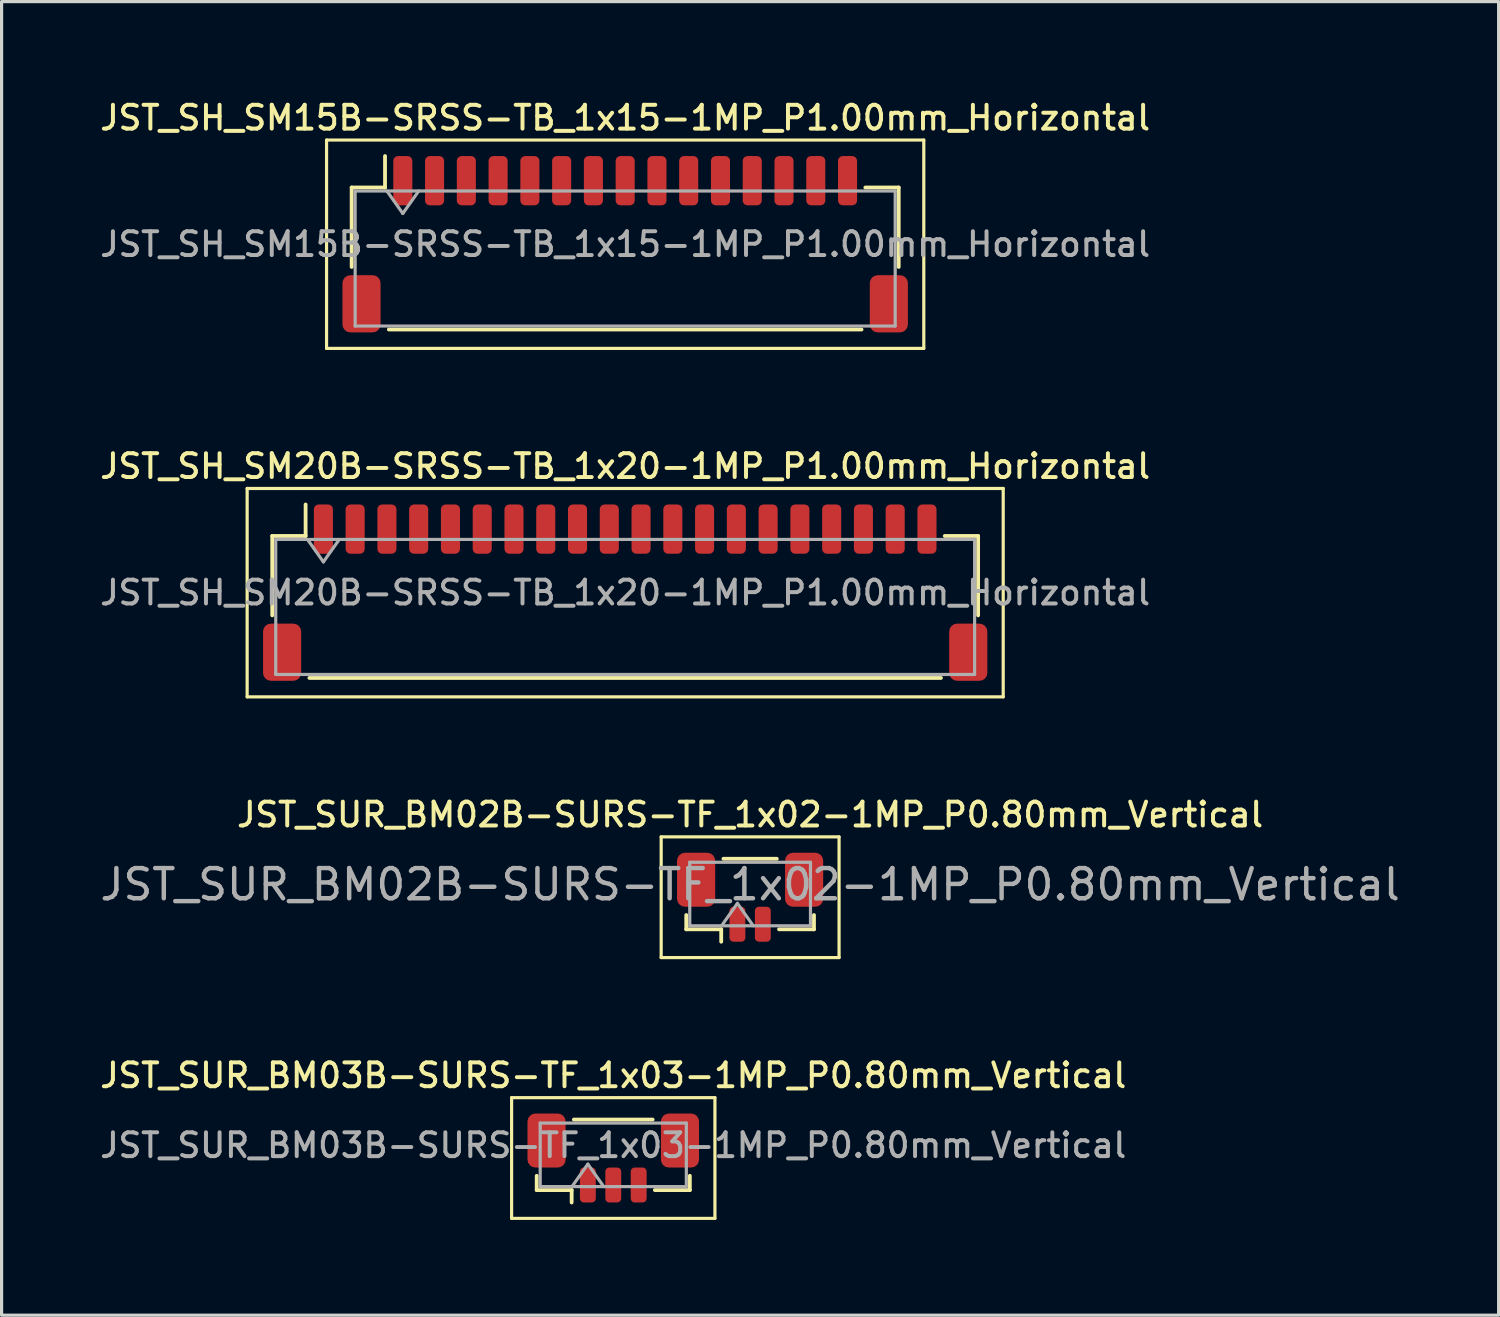
<source format=kicad_pcb>
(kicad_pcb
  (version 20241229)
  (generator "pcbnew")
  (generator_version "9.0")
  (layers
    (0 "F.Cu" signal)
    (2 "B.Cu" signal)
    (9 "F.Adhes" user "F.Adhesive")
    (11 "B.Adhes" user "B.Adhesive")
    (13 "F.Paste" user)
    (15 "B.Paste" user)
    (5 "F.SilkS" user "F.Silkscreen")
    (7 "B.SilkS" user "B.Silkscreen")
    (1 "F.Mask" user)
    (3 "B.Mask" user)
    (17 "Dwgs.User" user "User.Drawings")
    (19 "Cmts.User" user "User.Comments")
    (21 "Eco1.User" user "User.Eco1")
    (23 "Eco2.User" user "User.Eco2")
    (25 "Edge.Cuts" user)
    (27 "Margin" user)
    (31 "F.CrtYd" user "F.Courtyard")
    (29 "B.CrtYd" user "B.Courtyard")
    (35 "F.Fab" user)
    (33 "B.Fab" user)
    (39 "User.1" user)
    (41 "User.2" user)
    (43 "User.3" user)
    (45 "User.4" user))
  (footprint "JST_SUR_BM03B-SURS-TF_1x03-1MP_P0.80mm_Vertical"
    (layer "F.Cu")
    (at 16.255 33.403)
    (property "Reference" "JST_SUR_BM03B-SURS-TF_1x03-1MP_P0.80mm_Vertical" (at 0 -2.6 0) (layer "F.SilkS") (effects (font (size 0.75 0.75) (thickness 0.125))))
    (attr smd)
    (fp_line (start -3.2 -1.9) (end -3.2 1.9) (stroke (width 0.1) (type solid)) (layer "F.SilkS"))
    (fp_line (start -3.2 1.9) (end 3.2 1.9) (stroke (width 0.1) (type solid)) (layer "F.SilkS"))
    (fp_line (start -2.41 0.56) (end -2.41 1.01) (stroke (width 0.12) (type solid)) (layer "F.SilkS"))
    (fp_line (start -2.41 1.01) (end -1.31 1.01) (stroke (width 0.12) (type solid)) (layer "F.SilkS"))
    (fp_line (start -1.31 1.01) (end -1.31 1.4) (stroke (width 0.12) (type solid)) (layer "F.SilkS"))
    (fp_line (start -1.24 -1.21) (end 1.24 -1.21) (stroke (width 0.12) (type solid)) (layer "F.SilkS"))
    (fp_line (start 2.41 0.56) (end 2.41 1.01) (stroke (width 0.12) (type solid)) (layer "F.SilkS"))
    (fp_line (start 2.41 1.01) (end 1.31 1.01) (stroke (width 0.12) (type solid)) (layer "F.SilkS"))
    (fp_line (start 3.2 -1.9) (end -3.2 -1.9) (stroke (width 0.1) (type solid)) (layer "F.SilkS"))
    (fp_line (start 3.2 1.9) (end 3.2 -1.9) (stroke (width 0.1) (type solid)) (layer "F.SilkS"))
    (fp_line (start -2.3 -1.1) (end 2.3 -1.1) (stroke (width 0.1) (type solid)) (layer "F.Fab"))
    (fp_line (start -2.3 0.9) (end -2.3 -1.1) (stroke (width 0.1) (type solid)) (layer "F.Fab"))
    (fp_line (start -2.3 0.9) (end 2.3 0.9) (stroke (width 0.1) (type solid)) (layer "F.Fab"))
    (fp_line (start -1.3 0.9) (end -0.8 0.193) (stroke (width 0.1) (type solid)) (layer "F.Fab"))
    (fp_line (start -0.8 0.193) (end -0.3 0.9) (stroke (width 0.1) (type solid)) (layer "F.Fab"))
    (fp_line (start 2.3 0.9) (end 2.3 -1.1) (stroke (width 0.1) (type solid)) (layer "F.Fab"))
    (fp_text user "${REFERENCE}" (at 0 -0.4 0) (layer "F.Fab") (effects (font (size 0.75 0.75) (thickness 0.125))))
    (pad "1" smd roundrect (at -0.8 0.85) (size 0.5 1.1) (layers "F.Cu" "F.Mask" "F.Paste") (roundrect_rratio 0.25))
    (pad "2" smd roundrect (at 0 0.85) (size 0.5 1.1) (layers "F.Cu" "F.Mask" "F.Paste") (roundrect_rratio 0.25))
    (pad "3" smd roundrect (at 0.8 0.85) (size 0.5 1.1) (layers "F.Cu" "F.Mask" "F.Paste") (roundrect_rratio 0.25))
    (pad "MP" smd roundrect (at -2.1 -0.55) (size 1.2 1.7) (layers "F.Cu" "F.Mask" "F.Paste") (roundrect_rratio 0.208))
    (pad "MP" smd roundrect (at 2.1 -0.55) (size 1.2 1.7) (layers "F.Cu" "F.Mask" "F.Paste") (roundrect_rratio 0.208)))
  (footprint "JST_SH_SM15B-SRSS-TB_1x15-1MP_P1.00mm_Horizontal"
    (layer "F.Cu")
    (at 16.63 4.638)
    (property "Reference" "JST_SH_SM15B-SRSS-TB_1x15-1MP_P1.00mm_Horizontal" (at 0 -3.98 0) (layer "F.SilkS") (effects (font (size 0.75 0.75) (thickness 0.125))))
    (attr smd)
    (fp_line (start -9.4 -3.28) (end -9.4 3.28) (stroke (width 0.1) (type solid)) (layer "F.SilkS"))
    (fp_line (start -9.4 3.28) (end 9.4 3.28) (stroke (width 0.1) (type solid)) (layer "F.SilkS"))
    (fp_line (start -8.61 -1.785) (end -7.56 -1.785) (stroke (width 0.12) (type solid)) (layer "F.SilkS"))
    (fp_line (start -8.61 0.715) (end -8.61 -1.785) (stroke (width 0.12) (type solid)) (layer "F.SilkS"))
    (fp_line (start -7.56 -1.785) (end -7.56 -2.775) (stroke (width 0.12) (type solid)) (layer "F.SilkS"))
    (fp_line (start -7.44 2.685) (end 7.44 2.685) (stroke (width 0.12) (type solid)) (layer "F.SilkS"))
    (fp_line (start 8.61 -1.785) (end 7.56 -1.785) (stroke (width 0.12) (type solid)) (layer "F.SilkS"))
    (fp_line (start 8.61 0.715) (end 8.61 -1.785) (stroke (width 0.12) (type solid)) (layer "F.SilkS"))
    (fp_line (start 9.4 -3.28) (end -9.4 -3.28) (stroke (width 0.1) (type solid)) (layer "F.SilkS"))
    (fp_line (start 9.4 3.28) (end 9.4 -3.28) (stroke (width 0.1) (type solid)) (layer "F.SilkS"))
    (fp_line (start -8.5 -1.675) (end -8.5 2.575) (stroke (width 0.1) (type solid)) (layer "F.Fab"))
    (fp_line (start -8.5 -1.675) (end 8.5 -1.675) (stroke (width 0.1) (type solid)) (layer "F.Fab"))
    (fp_line (start -8.5 2.575) (end 8.5 2.575) (stroke (width 0.1) (type solid)) (layer "F.Fab"))
    (fp_line (start -7.5 -1.675) (end -7 -0.968) (stroke (width 0.1) (type solid)) (layer "F.Fab"))
    (fp_line (start -7 -0.968) (end -6.5 -1.675) (stroke (width 0.1) (type solid)) (layer "F.Fab"))
    (fp_line (start 8.5 -1.675) (end 8.5 2.575) (stroke (width 0.1) (type solid)) (layer "F.Fab"))
    (fp_text user "${REFERENCE}" (at 0 0 0) (layer "F.Fab") (effects (font (size 0.75 0.75) (thickness 0.125))))
    (pad "1" smd roundrect (at -7 -2) (size 0.6 1.55) (layers "F.Cu" "F.Mask" "F.Paste") (roundrect_rratio 0.25))
    (pad "2" smd roundrect (at -6 -2) (size 0.6 1.55) (layers "F.Cu" "F.Mask" "F.Paste") (roundrect_rratio 0.25))
    (pad "3" smd roundrect (at -5 -2) (size 0.6 1.55) (layers "F.Cu" "F.Mask" "F.Paste") (roundrect_rratio 0.25))
    (pad "4" smd roundrect (at -4 -2) (size 0.6 1.55) (layers "F.Cu" "F.Mask" "F.Paste") (roundrect_rratio 0.25))
    (pad "5" smd roundrect (at -3 -2) (size 0.6 1.55) (layers "F.Cu" "F.Mask" "F.Paste") (roundrect_rratio 0.25))
    (pad "6" smd roundrect (at -2 -2) (size 0.6 1.55) (layers "F.Cu" "F.Mask" "F.Paste") (roundrect_rratio 0.25))
    (pad "7" smd roundrect (at -1 -2) (size 0.6 1.55) (layers "F.Cu" "F.Mask" "F.Paste") (roundrect_rratio 0.25))
    (pad "8" smd roundrect (at 0 -2) (size 0.6 1.55) (layers "F.Cu" "F.Mask" "F.Paste") (roundrect_rratio 0.25))
    (pad "9" smd roundrect (at 1 -2) (size 0.6 1.55) (layers "F.Cu" "F.Mask" "F.Paste") (roundrect_rratio 0.25))
    (pad "10" smd roundrect (at 2 -2) (size 0.6 1.55) (layers "F.Cu" "F.Mask" "F.Paste") (roundrect_rratio 0.25))
    (pad "11" smd roundrect (at 3 -2) (size 0.6 1.55) (layers "F.Cu" "F.Mask" "F.Paste") (roundrect_rratio 0.25))
    (pad "12" smd roundrect (at 4 -2) (size 0.6 1.55) (layers "F.Cu" "F.Mask" "F.Paste") (roundrect_rratio 0.25))
    (pad "13" smd roundrect (at 5 -2) (size 0.6 1.55) (layers "F.Cu" "F.Mask" "F.Paste") (roundrect_rratio 0.25))
    (pad "14" smd roundrect (at 6 -2) (size 0.6 1.55) (layers "F.Cu" "F.Mask" "F.Paste") (roundrect_rratio 0.25))
    (pad "15" smd roundrect (at 7 -2) (size 0.6 1.55) (layers "F.Cu" "F.Mask" "F.Paste") (roundrect_rratio 0.25))
    (pad "MP" smd roundrect (at -8.3 1.875) (size 1.2 1.8) (layers "F.Cu" "F.Mask" "F.Paste") (roundrect_rratio 0.208))
    (pad "MP" smd roundrect (at 8.3 1.875) (size 1.2 1.8) (layers "F.Cu" "F.Mask" "F.Paste") (roundrect_rratio 0.208)))
  (footprint "JST_SH_SM20B-SRSS-TB_1x20-1MP_P1.00mm_Horizontal"
    (layer "F.Cu")
    (at 16.63 15.606)
    (property "Reference" "JST_SH_SM20B-SRSS-TB_1x20-1MP_P1.00mm_Horizontal" (at 0 -3.98 0) (layer "F.SilkS") (effects (font (size 0.75 0.75) (thickness 0.125))))
    (attr smd)
    (fp_line (start -11.9 -3.28) (end -11.9 3.28) (stroke (width 0.1) (type solid)) (layer "F.SilkS"))
    (fp_line (start -11.9 3.28) (end 11.9 3.28) (stroke (width 0.1) (type solid)) (layer "F.SilkS"))
    (fp_line (start -11.11 -1.785) (end -10.06 -1.785) (stroke (width 0.12) (type solid)) (layer "F.SilkS"))
    (fp_line (start -11.11 0.715) (end -11.11 -1.785) (stroke (width 0.12) (type solid)) (layer "F.SilkS"))
    (fp_line (start -10.06 -1.785) (end -10.06 -2.775) (stroke (width 0.12) (type solid)) (layer "F.SilkS"))
    (fp_line (start -9.94 2.685) (end 9.94 2.685) (stroke (width 0.12) (type solid)) (layer "F.SilkS"))
    (fp_line (start 11.11 -1.785) (end 10.06 -1.785) (stroke (width 0.12) (type solid)) (layer "F.SilkS"))
    (fp_line (start 11.11 0.715) (end 11.11 -1.785) (stroke (width 0.12) (type solid)) (layer "F.SilkS"))
    (fp_line (start 11.9 -3.28) (end -11.9 -3.28) (stroke (width 0.1) (type solid)) (layer "F.SilkS"))
    (fp_line (start 11.9 3.28) (end 11.9 -3.28) (stroke (width 0.1) (type solid)) (layer "F.SilkS"))
    (fp_line (start -11 -1.675) (end -11 2.575) (stroke (width 0.1) (type solid)) (layer "F.Fab"))
    (fp_line (start -11 -1.675) (end 11 -1.675) (stroke (width 0.1) (type solid)) (layer "F.Fab"))
    (fp_line (start -11 2.575) (end 11 2.575) (stroke (width 0.1) (type solid)) (layer "F.Fab"))
    (fp_line (start -10 -1.675) (end -9.5 -0.968) (stroke (width 0.1) (type solid)) (layer "F.Fab"))
    (fp_line (start -9.5 -0.968) (end -9 -1.675) (stroke (width 0.1) (type solid)) (layer "F.Fab"))
    (fp_line (start 11 -1.675) (end 11 2.575) (stroke (width 0.1) (type solid)) (layer "F.Fab"))
    (fp_text user "${REFERENCE}" (at 0 0 0) (layer "F.Fab") (effects (font (size 0.75 0.75) (thickness 0.125))))
    (pad "1" smd roundrect (at -9.5 -2) (size 0.6 1.55) (layers "F.Cu" "F.Mask" "F.Paste") (roundrect_rratio 0.25))
    (pad "2" smd roundrect (at -8.5 -2) (size 0.6 1.55) (layers "F.Cu" "F.Mask" "F.Paste") (roundrect_rratio 0.25))
    (pad "3" smd roundrect (at -7.5 -2) (size 0.6 1.55) (layers "F.Cu" "F.Mask" "F.Paste") (roundrect_rratio 0.25))
    (pad "4" smd roundrect (at -6.5 -2) (size 0.6 1.55) (layers "F.Cu" "F.Mask" "F.Paste") (roundrect_rratio 0.25))
    (pad "5" smd roundrect (at -5.5 -2) (size 0.6 1.55) (layers "F.Cu" "F.Mask" "F.Paste") (roundrect_rratio 0.25))
    (pad "6" smd roundrect (at -4.5 -2) (size 0.6 1.55) (layers "F.Cu" "F.Mask" "F.Paste") (roundrect_rratio 0.25))
    (pad "7" smd roundrect (at -3.5 -2) (size 0.6 1.55) (layers "F.Cu" "F.Mask" "F.Paste") (roundrect_rratio 0.25))
    (pad "8" smd roundrect (at -2.5 -2) (size 0.6 1.55) (layers "F.Cu" "F.Mask" "F.Paste") (roundrect_rratio 0.25))
    (pad "9" smd roundrect (at -1.5 -2) (size 0.6 1.55) (layers "F.Cu" "F.Mask" "F.Paste") (roundrect_rratio 0.25))
    (pad "10" smd roundrect (at -0.5 -2) (size 0.6 1.55) (layers "F.Cu" "F.Mask" "F.Paste") (roundrect_rratio 0.25))
    (pad "11" smd roundrect (at 0.5 -2) (size 0.6 1.55) (layers "F.Cu" "F.Mask" "F.Paste") (roundrect_rratio 0.25))
    (pad "12" smd roundrect (at 1.5 -2) (size 0.6 1.55) (layers "F.Cu" "F.Mask" "F.Paste") (roundrect_rratio 0.25))
    (pad "13" smd roundrect (at 2.5 -2) (size 0.6 1.55) (layers "F.Cu" "F.Mask" "F.Paste") (roundrect_rratio 0.25))
    (pad "14" smd roundrect (at 3.5 -2) (size 0.6 1.55) (layers "F.Cu" "F.Mask" "F.Paste") (roundrect_rratio 0.25))
    (pad "15" smd roundrect (at 4.5 -2) (size 0.6 1.55) (layers "F.Cu" "F.Mask" "F.Paste") (roundrect_rratio 0.25))
    (pad "16" smd roundrect (at 5.5 -2) (size 0.6 1.55) (layers "F.Cu" "F.Mask" "F.Paste") (roundrect_rratio 0.25))
    (pad "17" smd roundrect (at 6.5 -2) (size 0.6 1.55) (layers "F.Cu" "F.Mask" "F.Paste") (roundrect_rratio 0.25))
    (pad "18" smd roundrect (at 7.5 -2) (size 0.6 1.55) (layers "F.Cu" "F.Mask" "F.Paste") (roundrect_rratio 0.25))
    (pad "19" smd roundrect (at 8.5 -2) (size 0.6 1.55) (layers "F.Cu" "F.Mask" "F.Paste") (roundrect_rratio 0.25))
    (pad "20" smd roundrect (at 9.5 -2) (size 0.6 1.55) (layers "F.Cu" "F.Mask" "F.Paste") (roundrect_rratio 0.25))
    (pad "MP" smd roundrect (at -10.8 1.875) (size 1.2 1.8) (layers "F.Cu" "F.Mask" "F.Paste") (roundrect_rratio 0.208))
    (pad "MP" smd roundrect (at 10.8 1.875) (size 1.2 1.8) (layers "F.Cu" "F.Mask" "F.Paste") (roundrect_rratio 0.208)))
  (footprint "JST_SUR_BM02B-SURS-TF_1x02-1MP_P0.80mm_Vertical"
    (layer "F.Cu")
    (at 20.563 25.194)
    (property "Reference" "JST_SUR_BM02B-SURS-TF_1x02-1MP_P0.80mm_Vertical" (at 0 -2.6 0) (layer "F.SilkS") (effects (font (size 0.75 0.75) (thickness 0.125))))
    (attr smd)
    (fp_line (start -2.8 -1.9) (end -2.8 1.9) (stroke (width 0.1) (type solid)) (layer "F.SilkS"))
    (fp_line (start -2.8 1.9) (end 2.8 1.9) (stroke (width 0.1) (type solid)) (layer "F.SilkS"))
    (fp_line (start -2.01 0.56) (end -2.01 1.01) (stroke (width 0.12) (type solid)) (layer "F.SilkS"))
    (fp_line (start -2.01 1.01) (end -0.91 1.01) (stroke (width 0.12) (type solid)) (layer "F.SilkS"))
    (fp_line (start -0.91 1.01) (end -0.91 1.4) (stroke (width 0.12) (type solid)) (layer "F.SilkS"))
    (fp_line (start -0.84 -1.21) (end 0.84 -1.21) (stroke (width 0.12) (type solid)) (layer "F.SilkS"))
    (fp_line (start 2.01 0.56) (end 2.01 1.01) (stroke (width 0.12) (type solid)) (layer "F.SilkS"))
    (fp_line (start 2.01 1.01) (end 0.91 1.01) (stroke (width 0.12) (type solid)) (layer "F.SilkS"))
    (fp_line (start 2.8 -1.9) (end -2.8 -1.9) (stroke (width 0.1) (type solid)) (layer "F.SilkS"))
    (fp_line (start 2.8 1.9) (end 2.8 -1.9) (stroke (width 0.1) (type solid)) (layer "F.SilkS"))
    (fp_line (start -1.9 -1.1) (end 1.9 -1.1) (stroke (width 0.1) (type solid)) (layer "F.Fab"))
    (fp_line (start -1.9 0.9) (end -1.9 -1.1) (stroke (width 0.1) (type solid)) (layer "F.Fab"))
    (fp_line (start -1.9 0.9) (end 1.9 0.9) (stroke (width 0.1) (type solid)) (layer "F.Fab"))
    (fp_line (start -0.9 0.9) (end -0.4 0.193) (stroke (width 0.1) (type solid)) (layer "F.Fab"))
    (fp_line (start -0.4 0.193) (end 0.1 0.9) (stroke (width 0.1) (type solid)) (layer "F.Fab"))
    (fp_line (start 1.9 0.9) (end 1.9 -1.1) (stroke (width 0.1) (type solid)) (layer "F.Fab"))
    (fp_text user "${REFERENCE}" (at 0 -0.4 0) (layer "F.Fab") (effects (font (size 0.95 0.95) (thickness 0.14))))
    (pad "1" smd roundrect (at -0.4 0.85) (size 0.5 1.1) (layers "F.Cu" "F.Mask" "F.Paste") (roundrect_rratio 0.25))
    (pad "2" smd roundrect (at 0.4 0.85) (size 0.5 1.1) (layers "F.Cu" "F.Mask" "F.Paste") (roundrect_rratio 0.25))
    (pad "MP" smd roundrect (at -1.7 -0.55) (size 1.2 1.7) (layers "F.Cu" "F.Mask" "F.Paste") (roundrect_rratio 0.208))
    (pad "MP" smd roundrect (at 1.7 -0.55) (size 1.2 1.7) (layers "F.Cu" "F.Mask" "F.Paste") (roundrect_rratio 0.208)))
  (gr_rect
    (start -3 -3)
    (end 44.125 38.352)
    (stroke (width 0.1) (type default))
    (fill no)
    (layer "Edge.Cuts")))
</source>
